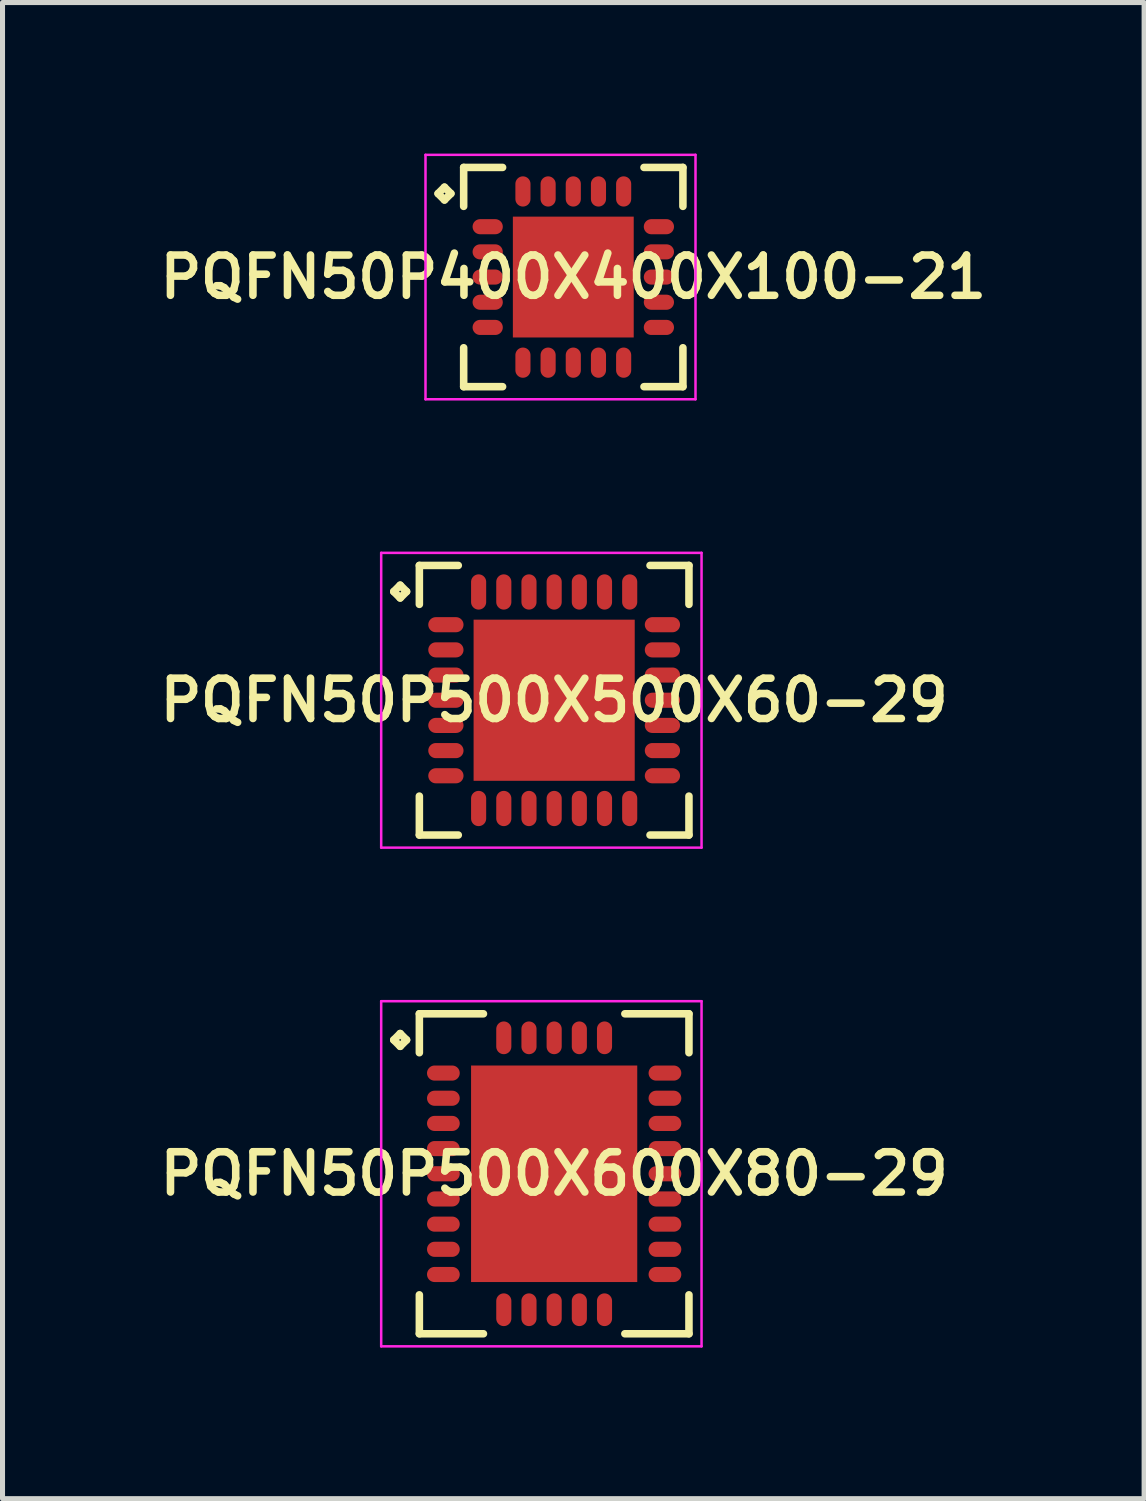
<source format=kicad_pcb>
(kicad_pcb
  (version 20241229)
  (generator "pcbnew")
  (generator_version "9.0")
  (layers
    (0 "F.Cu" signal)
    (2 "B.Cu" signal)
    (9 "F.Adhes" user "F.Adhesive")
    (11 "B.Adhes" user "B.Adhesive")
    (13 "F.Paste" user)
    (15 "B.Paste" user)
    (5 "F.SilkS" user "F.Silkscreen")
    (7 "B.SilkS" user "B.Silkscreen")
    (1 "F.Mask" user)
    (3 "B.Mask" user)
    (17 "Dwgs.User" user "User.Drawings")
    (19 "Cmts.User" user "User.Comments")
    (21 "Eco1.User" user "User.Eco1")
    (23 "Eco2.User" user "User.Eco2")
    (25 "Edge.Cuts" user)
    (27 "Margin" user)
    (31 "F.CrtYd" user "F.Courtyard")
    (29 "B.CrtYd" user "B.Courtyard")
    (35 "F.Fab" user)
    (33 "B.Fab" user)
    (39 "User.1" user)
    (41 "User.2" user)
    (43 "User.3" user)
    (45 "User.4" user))
  (footprint "PQFN50P400X400X100-21"
    (layer "F.Cu")
    (at 8.335 2.452)
    (property "Reference" "PQFN50P400X400X100-21" (at 0 0 0) (layer "F.SilkS") (effects (font (size 0.8 0.8) (thickness 0.15))))
    (attr smd)
    (fp_line (start -2.685 -1.658) (end -2.558 -1.785) (stroke (width 0.15) (type solid)) (layer "F.SilkS"))
    (fp_line (start -2.558 -1.785) (end -2.431 -1.658) (stroke (width 0.15) (type solid)) (layer "F.SilkS"))
    (fp_line (start -2.558 -1.531) (end -2.685 -1.658) (stroke (width 0.15) (type solid)) (layer "F.SilkS"))
    (fp_line (start -2.431 -1.658) (end -2.558 -1.531) (stroke (width 0.15) (type solid)) (layer "F.SilkS"))
    (fp_line (start -2.177 -2.177) (end -1.404 -2.177) (stroke (width 0.15) (type solid)) (layer "F.SilkS"))
    (fp_line (start -2.177 -1.404) (end -2.177 -2.177) (stroke (width 0.15) (type solid)) (layer "F.SilkS"))
    (fp_line (start -2.177 1.404) (end -2.177 2.177) (stroke (width 0.15) (type solid)) (layer "F.SilkS"))
    (fp_line (start -2.177 2.177) (end -1.404 2.177) (stroke (width 0.15) (type solid)) (layer "F.SilkS"))
    (fp_line (start 1.404 -2.177) (end 2.177 -2.177) (stroke (width 0.15) (type solid)) (layer "F.SilkS"))
    (fp_line (start 1.404 2.177) (end 2.177 2.177) (stroke (width 0.15) (type solid)) (layer "F.SilkS"))
    (fp_line (start 2.177 -2.177) (end 2.177 -1.404) (stroke (width 0.15) (type solid)) (layer "F.SilkS"))
    (fp_line (start 2.177 2.177) (end 2.177 1.404) (stroke (width 0.15) (type solid)) (layer "F.SilkS"))
    (fp_line (start -2.935 -2.427) (end 2.427 -2.427) (stroke (width 0.05) (type solid)) (layer "F.CrtYd"))
    (fp_line (start -2.935 2.427) (end -2.935 -2.427) (stroke (width 0.05) (type solid)) (layer "F.CrtYd"))
    (fp_line (start 2.427 -2.427) (end 2.427 2.427) (stroke (width 0.05) (type solid)) (layer "F.CrtYd"))
    (fp_line (start 2.427 2.427) (end -2.935 2.427) (stroke (width 0.05) (type solid)) (layer "F.CrtYd"))
    (pad "1" smd oval (at -1.7 -1) (size 0.6 0.3) (layers "F.Cu" "F.Mask" "F.Paste"))
    (pad "2" smd oval (at -1.7 -0.5) (size 0.6 0.3) (layers "F.Cu" "F.Mask" "F.Paste"))
    (pad "3" smd oval (at -1.7 0) (size 0.6 0.3) (layers "F.Cu" "F.Mask" "F.Paste"))
    (pad "4" smd oval (at -1.7 0.5) (size 0.6 0.3) (layers "F.Cu" "F.Mask" "F.Paste"))
    (pad "5" smd oval (at -1.7 1) (size 0.6 0.3) (layers "F.Cu" "F.Mask" "F.Paste"))
    (pad "6" smd oval (at -1 1.7) (size 0.3 0.6) (layers "F.Cu" "F.Mask" "F.Paste"))
    (pad "7" smd oval (at -0.5 1.7) (size 0.3 0.6) (layers "F.Cu" "F.Mask" "F.Paste"))
    (pad "8" smd oval (at 0 1.7) (size 0.3 0.6) (layers "F.Cu" "F.Mask" "F.Paste"))
    (pad "9" smd oval (at 0.5 1.7) (size 0.3 0.6) (layers "F.Cu" "F.Mask" "F.Paste"))
    (pad "10" smd oval (at 1 1.7) (size 0.3 0.6) (layers "F.Cu" "F.Mask" "F.Paste"))
    (pad "11" smd oval (at 1.7 1) (size 0.6 0.3) (layers "F.Cu" "F.Mask" "F.Paste"))
    (pad "12" smd oval (at 1.7 0.5) (size 0.6 0.3) (layers "F.Cu" "F.Mask" "F.Paste"))
    (pad "13" smd oval (at 1.7 0) (size 0.6 0.3) (layers "F.Cu" "F.Mask" "F.Paste"))
    (pad "14" smd oval (at 1.7 -0.5) (size 0.6 0.3) (layers "F.Cu" "F.Mask" "F.Paste"))
    (pad "15" smd oval (at 1.7 -1) (size 0.6 0.3) (layers "F.Cu" "F.Mask" "F.Paste"))
    (pad "16" smd oval (at 1 -1.7) (size 0.3 0.6) (layers "F.Cu" "F.Mask" "F.Paste"))
    (pad "17" smd oval (at 0.5 -1.7) (size 0.3 0.6) (layers "F.Cu" "F.Mask" "F.Paste"))
    (pad "18" smd oval (at 0 -1.7) (size 0.3 0.6) (layers "F.Cu" "F.Mask" "F.Paste"))
    (pad "19" smd oval (at -0.5 -1.7) (size 0.3 0.6) (layers "F.Cu" "F.Mask" "F.Paste"))
    (pad "20" smd oval (at -1 -1.7) (size 0.3 0.6) (layers "F.Cu" "F.Mask" "F.Paste"))
    (pad "21" smd rect (at 0 0) (size 2.4 2.4) (layers "F.Cu" "F.Mask" "F.Paste")))
  (footprint "PQFN50P500X600X80-29"
    (layer "F.Cu")
    (at 7.955 20.26)
    (property "Reference" "PQFN50P500X600X80-29" (at 0 0 0) (layer "F.SilkS") (effects (font (size 0.8 0.8) (thickness 0.15))))
    (attr smd)
    (fp_line (start -3.185 -2.658) (end -3.058 -2.785) (stroke (width 0.15) (type solid)) (layer "F.SilkS"))
    (fp_line (start -3.058 -2.785) (end -2.931 -2.658) (stroke (width 0.15) (type solid)) (layer "F.SilkS"))
    (fp_line (start -3.058 -2.531) (end -3.185 -2.658) (stroke (width 0.15) (type solid)) (layer "F.SilkS"))
    (fp_line (start -2.931 -2.658) (end -3.058 -2.531) (stroke (width 0.15) (type solid)) (layer "F.SilkS"))
    (fp_line (start -2.677 -3.177) (end -1.404 -3.177) (stroke (width 0.15) (type solid)) (layer "F.SilkS"))
    (fp_line (start -2.677 -2.404) (end -2.677 -3.177) (stroke (width 0.15) (type solid)) (layer "F.SilkS"))
    (fp_line (start -2.677 2.404) (end -2.677 3.177) (stroke (width 0.15) (type solid)) (layer "F.SilkS"))
    (fp_line (start -2.677 3.177) (end -1.404 3.177) (stroke (width 0.15) (type solid)) (layer "F.SilkS"))
    (fp_line (start 1.404 -3.177) (end 2.677 -3.177) (stroke (width 0.15) (type solid)) (layer "F.SilkS"))
    (fp_line (start 1.404 3.177) (end 2.677 3.177) (stroke (width 0.15) (type solid)) (layer "F.SilkS"))
    (fp_line (start 2.677 -3.177) (end 2.677 -2.404) (stroke (width 0.15) (type solid)) (layer "F.SilkS"))
    (fp_line (start 2.677 3.177) (end 2.677 2.404) (stroke (width 0.15) (type solid)) (layer "F.SilkS"))
    (fp_line (start -3.435 -3.427) (end 2.927 -3.427) (stroke (width 0.05) (type solid)) (layer "F.CrtYd"))
    (fp_line (start -3.435 3.427) (end -3.435 -3.427) (stroke (width 0.05) (type solid)) (layer "F.CrtYd"))
    (fp_line (start 2.927 -3.427) (end 2.927 3.427) (stroke (width 0.05) (type solid)) (layer "F.CrtYd"))
    (fp_line (start 2.927 3.427) (end -3.435 3.427) (stroke (width 0.05) (type solid)) (layer "F.CrtYd"))
    (pad "1" smd oval (at -2.2 -2) (size 0.65 0.3) (layers "F.Cu" "F.Mask" "F.Paste"))
    (pad "2" smd oval (at -2.2 -1.5) (size 0.65 0.3) (layers "F.Cu" "F.Mask" "F.Paste"))
    (pad "3" smd oval (at -2.2 -1) (size 0.65 0.3) (layers "F.Cu" "F.Mask" "F.Paste"))
    (pad "4" smd oval (at -2.2 -0.5) (size 0.65 0.3) (layers "F.Cu" "F.Mask" "F.Paste"))
    (pad "5" smd oval (at -2.2 0) (size 0.65 0.3) (layers "F.Cu" "F.Mask" "F.Paste"))
    (pad "6" smd oval (at -2.2 0.5) (size 0.65 0.3) (layers "F.Cu" "F.Mask" "F.Paste"))
    (pad "7" smd oval (at -2.2 1) (size 0.65 0.3) (layers "F.Cu" "F.Mask" "F.Paste"))
    (pad "8" smd oval (at -2.2 1.5) (size 0.65 0.3) (layers "F.Cu" "F.Mask" "F.Paste"))
    (pad "9" smd oval (at -2.2 2) (size 0.65 0.3) (layers "F.Cu" "F.Mask" "F.Paste"))
    (pad "10" smd oval (at -1 2.7) (size 0.3 0.65) (layers "F.Cu" "F.Mask" "F.Paste"))
    (pad "11" smd oval (at -0.5 2.7) (size 0.3 0.65) (layers "F.Cu" "F.Mask" "F.Paste"))
    (pad "12" smd oval (at 0 2.7) (size 0.3 0.65) (layers "F.Cu" "F.Mask" "F.Paste"))
    (pad "13" smd oval (at 0.5 2.7) (size 0.3 0.65) (layers "F.Cu" "F.Mask" "F.Paste"))
    (pad "14" smd oval (at 1 2.7) (size 0.3 0.65) (layers "F.Cu" "F.Mask" "F.Paste"))
    (pad "15" smd oval (at 2.2 2) (size 0.65 0.3) (layers "F.Cu" "F.Mask" "F.Paste"))
    (pad "16" smd oval (at 2.2 1.5) (size 0.65 0.3) (layers "F.Cu" "F.Mask" "F.Paste"))
    (pad "17" smd oval (at 2.2 1) (size 0.65 0.3) (layers "F.Cu" "F.Mask" "F.Paste"))
    (pad "18" smd oval (at 2.2 0.5) (size 0.65 0.3) (layers "F.Cu" "F.Mask" "F.Paste"))
    (pad "19" smd oval (at 2.2 0) (size 0.65 0.3) (layers "F.Cu" "F.Mask" "F.Paste"))
    (pad "20" smd oval (at 2.2 -0.5) (size 0.65 0.3) (layers "F.Cu" "F.Mask" "F.Paste"))
    (pad "21" smd oval (at 2.2 -1) (size 0.65 0.3) (layers "F.Cu" "F.Mask" "F.Paste"))
    (pad "22" smd oval (at 2.2 -1.5) (size 0.65 0.3) (layers "F.Cu" "F.Mask" "F.Paste"))
    (pad "23" smd oval (at 2.2 -2) (size 0.65 0.3) (layers "F.Cu" "F.Mask" "F.Paste"))
    (pad "24" smd oval (at 1 -2.7) (size 0.3 0.65) (layers "F.Cu" "F.Mask" "F.Paste"))
    (pad "25" smd oval (at 0.5 -2.7) (size 0.3 0.65) (layers "F.Cu" "F.Mask" "F.Paste"))
    (pad "26" smd oval (at 0 -2.7) (size 0.3 0.65) (layers "F.Cu" "F.Mask" "F.Paste"))
    (pad "27" smd oval (at -0.5 -2.7) (size 0.3 0.65) (layers "F.Cu" "F.Mask" "F.Paste"))
    (pad "28" smd oval (at -1 -2.7) (size 0.3 0.65) (layers "F.Cu" "F.Mask" "F.Paste"))
    (pad "29" smd rect (at 0 0) (size 3.3 4.3) (layers "F.Cu" "F.Mask" "F.Paste")))
  (footprint "PQFN50P500X500X60-29"
    (layer "F.Cu")
    (at 7.955 10.856)
    (property "Reference" "PQFN50P500X500X60-29" (at 0 0 0) (layer "F.SilkS") (effects (font (size 0.8 0.8) (thickness 0.15))))
    (attr smd)
    (fp_line (start -3.185 -2.158) (end -3.058 -2.285) (stroke (width 0.15) (type solid)) (layer "F.SilkS"))
    (fp_line (start -3.058 -2.285) (end -2.931 -2.158) (stroke (width 0.15) (type solid)) (layer "F.SilkS"))
    (fp_line (start -3.058 -2.031) (end -3.185 -2.158) (stroke (width 0.15) (type solid)) (layer "F.SilkS"))
    (fp_line (start -2.931 -2.158) (end -3.058 -2.031) (stroke (width 0.15) (type solid)) (layer "F.SilkS"))
    (fp_line (start -2.677 -2.677) (end -1.904 -2.677) (stroke (width 0.15) (type solid)) (layer "F.SilkS"))
    (fp_line (start -2.677 -1.904) (end -2.677 -2.677) (stroke (width 0.15) (type solid)) (layer "F.SilkS"))
    (fp_line (start -2.677 1.904) (end -2.677 2.677) (stroke (width 0.15) (type solid)) (layer "F.SilkS"))
    (fp_line (start -2.677 2.677) (end -1.904 2.677) (stroke (width 0.15) (type solid)) (layer "F.SilkS"))
    (fp_line (start 1.904 -2.677) (end 2.677 -2.677) (stroke (width 0.15) (type solid)) (layer "F.SilkS"))
    (fp_line (start 1.904 2.677) (end 2.677 2.677) (stroke (width 0.15) (type solid)) (layer "F.SilkS"))
    (fp_line (start 2.677 -2.677) (end 2.677 -1.904) (stroke (width 0.15) (type solid)) (layer "F.SilkS"))
    (fp_line (start 2.677 2.677) (end 2.677 1.904) (stroke (width 0.15) (type solid)) (layer "F.SilkS"))
    (fp_line (start -3.435 -2.927) (end 2.927 -2.927) (stroke (width 0.05) (type solid)) (layer "F.CrtYd"))
    (fp_line (start -3.435 2.927) (end -3.435 -2.927) (stroke (width 0.05) (type solid)) (layer "F.CrtYd"))
    (fp_line (start 2.927 -2.927) (end 2.927 2.927) (stroke (width 0.05) (type solid)) (layer "F.CrtYd"))
    (fp_line (start 2.927 2.927) (end -3.435 2.927) (stroke (width 0.05) (type solid)) (layer "F.CrtYd"))
    (pad "1" smd oval (at -2.15 -1.5) (size 0.7 0.3) (layers "F.Cu" "F.Mask" "F.Paste"))
    (pad "2" smd oval (at -2.15 -1) (size 0.7 0.3) (layers "F.Cu" "F.Mask" "F.Paste"))
    (pad "3" smd oval (at -2.15 -0.5) (size 0.7 0.3) (layers "F.Cu" "F.Mask" "F.Paste"))
    (pad "4" smd oval (at -2.15 0) (size 0.7 0.3) (layers "F.Cu" "F.Mask" "F.Paste"))
    (pad "5" smd oval (at -2.15 0.5) (size 0.7 0.3) (layers "F.Cu" "F.Mask" "F.Paste"))
    (pad "6" smd oval (at -2.15 1) (size 0.7 0.3) (layers "F.Cu" "F.Mask" "F.Paste"))
    (pad "7" smd oval (at -2.15 1.5) (size 0.7 0.3) (layers "F.Cu" "F.Mask" "F.Paste"))
    (pad "8" smd oval (at -1.5 2.15) (size 0.3 0.7) (layers "F.Cu" "F.Mask" "F.Paste"))
    (pad "9" smd oval (at -1 2.15) (size 0.3 0.7) (layers "F.Cu" "F.Mask" "F.Paste"))
    (pad "10" smd oval (at -0.5 2.15) (size 0.3 0.7) (layers "F.Cu" "F.Mask" "F.Paste"))
    (pad "11" smd oval (at 0 2.15) (size 0.3 0.7) (layers "F.Cu" "F.Mask" "F.Paste"))
    (pad "12" smd oval (at 0.5 2.15) (size 0.3 0.7) (layers "F.Cu" "F.Mask" "F.Paste"))
    (pad "13" smd oval (at 1 2.15) (size 0.3 0.7) (layers "F.Cu" "F.Mask" "F.Paste"))
    (pad "14" smd oval (at 1.5 2.15) (size 0.3 0.7) (layers "F.Cu" "F.Mask" "F.Paste"))
    (pad "15" smd oval (at 2.15 1.5) (size 0.7 0.3) (layers "F.Cu" "F.Mask" "F.Paste"))
    (pad "16" smd oval (at 2.15 1) (size 0.7 0.3) (layers "F.Cu" "F.Mask" "F.Paste"))
    (pad "17" smd oval (at 2.15 0.5) (size 0.7 0.3) (layers "F.Cu" "F.Mask" "F.Paste"))
    (pad "18" smd oval (at 2.15 0) (size 0.7 0.3) (layers "F.Cu" "F.Mask" "F.Paste"))
    (pad "19" smd oval (at 2.15 -0.5) (size 0.7 0.3) (layers "F.Cu" "F.Mask" "F.Paste"))
    (pad "20" smd oval (at 2.15 -1) (size 0.7 0.3) (layers "F.Cu" "F.Mask" "F.Paste"))
    (pad "21" smd oval (at 2.15 -1.5) (size 0.7 0.3) (layers "F.Cu" "F.Mask" "F.Paste"))
    (pad "22" smd oval (at 1.5 -2.15) (size 0.3 0.7) (layers "F.Cu" "F.Mask" "F.Paste"))
    (pad "23" smd oval (at 1 -2.15) (size 0.3 0.7) (layers "F.Cu" "F.Mask" "F.Paste"))
    (pad "24" smd oval (at 0.5 -2.15) (size 0.3 0.7) (layers "F.Cu" "F.Mask" "F.Paste"))
    (pad "25" smd oval (at 0 -2.15) (size 0.3 0.7) (layers "F.Cu" "F.Mask" "F.Paste"))
    (pad "26" smd oval (at -0.5 -2.15) (size 0.3 0.7) (layers "F.Cu" "F.Mask" "F.Paste"))
    (pad "27" smd oval (at -1 -2.15) (size 0.3 0.7) (layers "F.Cu" "F.Mask" "F.Paste"))
    (pad "28" smd oval (at -1.5 -2.15) (size 0.3 0.7) (layers "F.Cu" "F.Mask" "F.Paste"))
    (pad "29" smd rect (at 0 0) (size 3.2 3.2) (layers "F.Cu" "F.Mask" "F.Paste")))
  (gr_rect
    (start -3 -3)
    (end 19.671 26.712)
    (stroke (width 0.1) (type default))
    (fill no)
    (layer "Edge.Cuts")))
</source>
